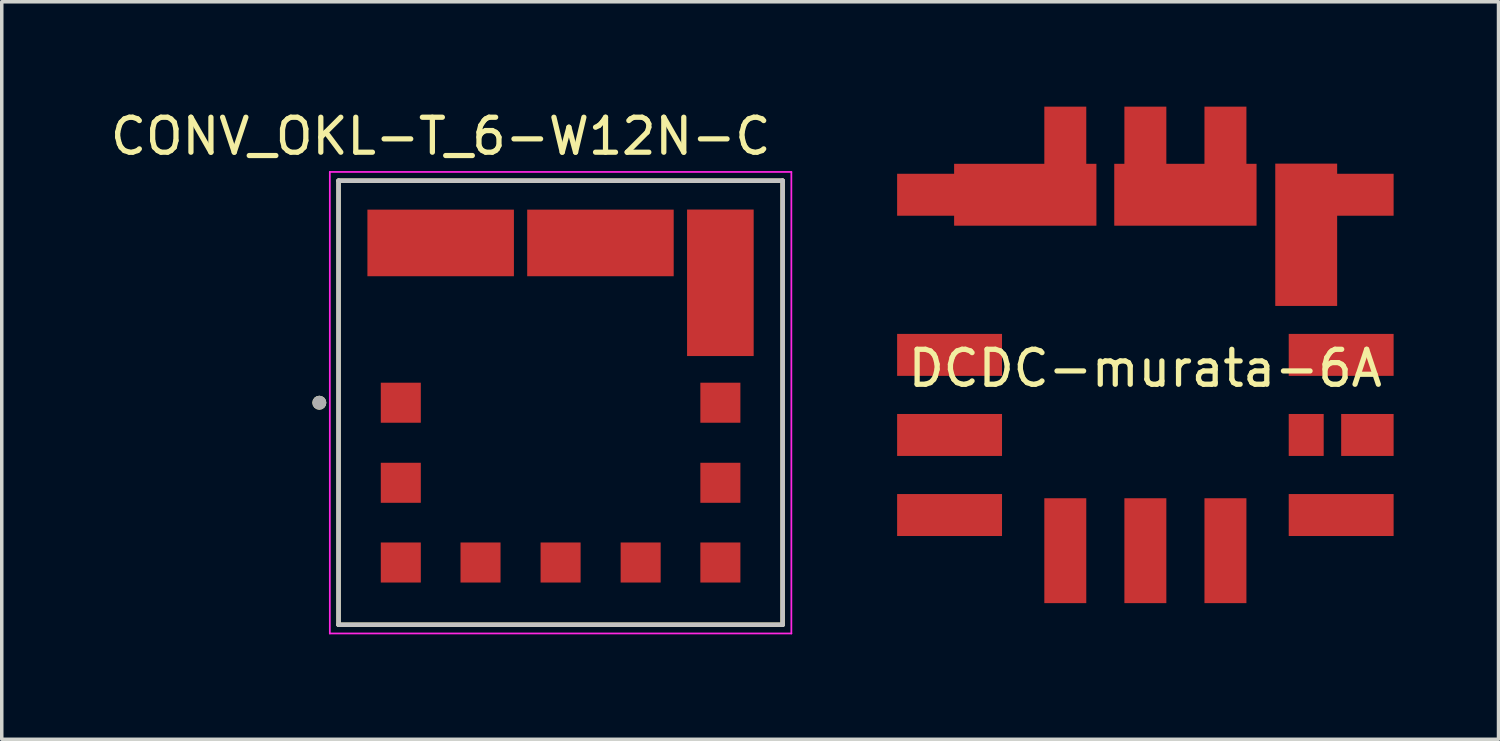
<source format=kicad_pcb>
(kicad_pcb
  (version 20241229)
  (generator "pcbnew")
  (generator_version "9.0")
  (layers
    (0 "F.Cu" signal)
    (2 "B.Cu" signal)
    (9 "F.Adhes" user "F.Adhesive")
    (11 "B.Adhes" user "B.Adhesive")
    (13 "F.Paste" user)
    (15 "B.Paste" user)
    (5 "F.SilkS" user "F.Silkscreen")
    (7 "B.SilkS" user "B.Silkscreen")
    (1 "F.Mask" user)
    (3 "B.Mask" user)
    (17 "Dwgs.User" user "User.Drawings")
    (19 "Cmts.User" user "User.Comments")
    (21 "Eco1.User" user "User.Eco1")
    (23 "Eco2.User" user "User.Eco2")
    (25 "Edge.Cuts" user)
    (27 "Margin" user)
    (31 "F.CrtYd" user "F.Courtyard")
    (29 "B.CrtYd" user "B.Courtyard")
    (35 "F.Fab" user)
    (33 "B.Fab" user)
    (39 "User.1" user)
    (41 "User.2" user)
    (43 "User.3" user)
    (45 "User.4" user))
  (footprint "DCDC-murata-6A"
    (layer "F.Cu")
    (at 23.608 13.2)
    (property "Reference" "DCDC-murata-6A" (at 6.096 -5.715 180) (layer "F.SilkS") (effects (font (size 1 1) (thickness 0.15))))
    (attr through_hole)
    (pad "1" smd trapezoid (at 0.5 -6.1) (size 3 1.2) (layers "F.Cu" "F.Mask" "F.Paste"))
    (pad "2" smd trapezoid (at 0.5 -10.68) (size 3 1.2) (layers "F.Cu" "F.Mask" "F.Paste"))
    (pad "2" smd trapezoid (at 2.665 -10.68) (size 4.07 1.77) (layers "F.Cu" "F.Mask" "F.Paste"))
    (pad "2" smd trapezoid (at 3.81 -11.7) (size 1.2 3) (layers "F.Cu" "F.Mask" "F.Paste"))
    (pad "3" smd trapezoid (at 6.1 -11.7) (size 1.2 3) (layers "F.Cu" "F.Mask" "F.Paste"))
    (pad "3" smd trapezoid (at 7.245 -10.68) (size 4.07 1.77) (layers "F.Cu" "F.Mask" "F.Paste"))
    (pad "3" smd trapezoid (at 8.39 -11.7) (size 1.2 3) (layers "F.Cu" "F.Mask" "F.Paste"))
    (pad "4" smd trapezoid (at 10.7 -9.535) (size 1.77 4.07) (layers "F.Cu" "F.Mask" "F.Paste"))
    (pad "4" smd trapezoid (at 11.7 -10.68) (size 3 1.2) (layers "F.Cu" "F.Mask" "F.Paste"))
    (pad "5" smd trapezoid (at 11.7 -6.1) (size 3 1.2) (layers "F.Cu" "F.Mask" "F.Paste"))
    (pad "6" smd trapezoid (at 11.7 -1.52) (size 3 1.2) (layers "F.Cu" "F.Mask" "F.Paste"))
    (pad "7" smd trapezoid (at 6.1 -0.5) (size 1.2 3) (layers "F.Cu" "F.Mask" "F.Paste"))
    (pad "8" smd trapezoid (at 3.81 -0.5) (size 1.2 3) (layers "F.Cu" "F.Mask" "F.Paste"))
    (pad "9" smd trapezoid (at 0.5 -1.52) (size 3 1.2) (layers "F.Cu" "F.Mask" "F.Paste"))
    (pad "10" smd trapezoid (at 0.5 -3.81) (size 3 1.2) (layers "F.Cu" "F.Mask" "F.Paste"))
    (pad "11" smd trapezoid (at 12.45 -3.81) (size 1.5 1.2) (layers "F.Cu" "F.Mask" "F.Paste"))
    (pad "12" smd trapezoid (at 8.39 -0.5) (size 1.2 3) (layers "F.Cu" "F.Mask" "F.Paste"))
    (pad "13" smd trapezoid (at 10.7 -3.81) (size 1 1.2) (layers "F.Cu" "F.Mask" "F.Paste")))
  (footprint "CONV_OKL-T_6-W12N-C"
    (layer "F.Cu")
    (at 12.983 8.468)
    (property "Reference" "CONV_OKL-T_6-W12N-C" (at -3.429 -7.62 0) (layer "F.SilkS") (effects (font (size 1 1) (thickness 0.15))))
    (attr through_hole)
    (fp_line (start -6.35 -6.35) (end 6.35 -6.35) (stroke (width 0.127) (type solid)) (layer "F.SilkS"))
    (fp_line (start -6.35 6.35) (end -6.35 -6.35) (stroke (width 0.127) (type solid)) (layer "F.SilkS"))
    (fp_line (start 6.35 -6.35) (end 6.35 6.35) (stroke (width 0.127) (type solid)) (layer "F.SilkS"))
    (fp_line (start 6.35 6.35) (end -6.35 6.35) (stroke (width 0.127) (type solid)) (layer "F.SilkS"))
    (fp_circle (center -6.9 0) (end -6.8 0) (stroke (width 0.2) (type solid)) (fill no) (layer "F.SilkS"))
    (fp_line (start -6.35 -6.35) (end 6.35 -6.35) (stroke (width 0.127) (type solid)) (layer "Dwgs.User"))
    (fp_line (start -6.35 6.35) (end -6.35 -6.35) (stroke (width 0.127) (type solid)) (layer "Dwgs.User"))
    (fp_line (start 6.35 -6.35) (end 6.35 6.35) (stroke (width 0.127) (type solid)) (layer "Dwgs.User"))
    (fp_line (start 6.35 6.35) (end -6.35 6.35) (stroke (width 0.127) (type solid)) (layer "Dwgs.User"))
    (fp_line (start -6.6 -6.6) (end 6.6 -6.6) (stroke (width 0.05) (type solid)) (layer "F.CrtYd"))
    (fp_line (start -6.6 6.6) (end -6.6 -6.6) (stroke (width 0.05) (type solid)) (layer "F.CrtYd"))
    (fp_line (start 6.6 -6.6) (end 6.6 6.6) (stroke (width 0.05) (type solid)) (layer "F.CrtYd"))
    (fp_line (start 6.6 6.6) (end -6.6 6.6) (stroke (width 0.05) (type solid)) (layer "F.CrtYd"))
    (fp_circle (center -6.9 0) (end -6.8 0) (stroke (width 0.2) (type solid)) (fill no) (layer "F.Fab"))
    (pad "1" smd rect (at -4.57 0) (size 1.145 1.145) (layers "F.Cu" "F.Mask" "F.Paste"))
    (pad "2" smd rect (at -3.43 -4.57) (size 4.19 1.905) (layers "F.Cu" "F.Mask" "F.Paste"))
    (pad "3" smd rect (at 1.14 -4.57) (size 4.19 1.905) (layers "F.Cu" "F.Mask" "F.Paste"))
    (pad "4" smd rect (at 4.57 -3.43) (size 1.905 4.19) (layers "F.Cu" "F.Mask" "F.Paste"))
    (pad "5" smd rect (at 4.57 0) (size 1.145 1.145) (layers "F.Cu" "F.Mask" "F.Paste"))
    (pad "6" smd rect (at 4.57 4.57) (size 1.145 1.145) (layers "F.Cu" "F.Mask" "F.Paste"))
    (pad "7" smd rect (at 0 4.57) (size 1.145 1.145) (layers "F.Cu" "F.Mask" "F.Paste"))
    (pad "8" smd rect (at -2.29 4.57) (size 1.145 1.145) (layers "F.Cu" "F.Mask" "F.Paste"))
    (pad "9" smd rect (at -4.57 4.57) (size 1.145 1.145) (layers "F.Cu" "F.Mask" "F.Paste"))
    (pad "10" smd rect (at -4.57 2.29) (size 1.145 1.145) (layers "F.Cu" "F.Mask" "F.Paste"))
    (pad "11" smd rect (at 4.57 2.29) (size 1.145 1.145) (layers "F.Cu" "F.Mask" "F.Paste"))
    (pad "12" smd rect (at 2.29 4.57) (size 1.145 1.145) (layers "F.Cu" "F.Mask" "F.Paste")))
  (gr_rect
    (start -3 -3)
    (end 39.808 18.093)
    (stroke (width 0.1) (type default))
    (fill no)
    (layer "Edge.Cuts")))
</source>
